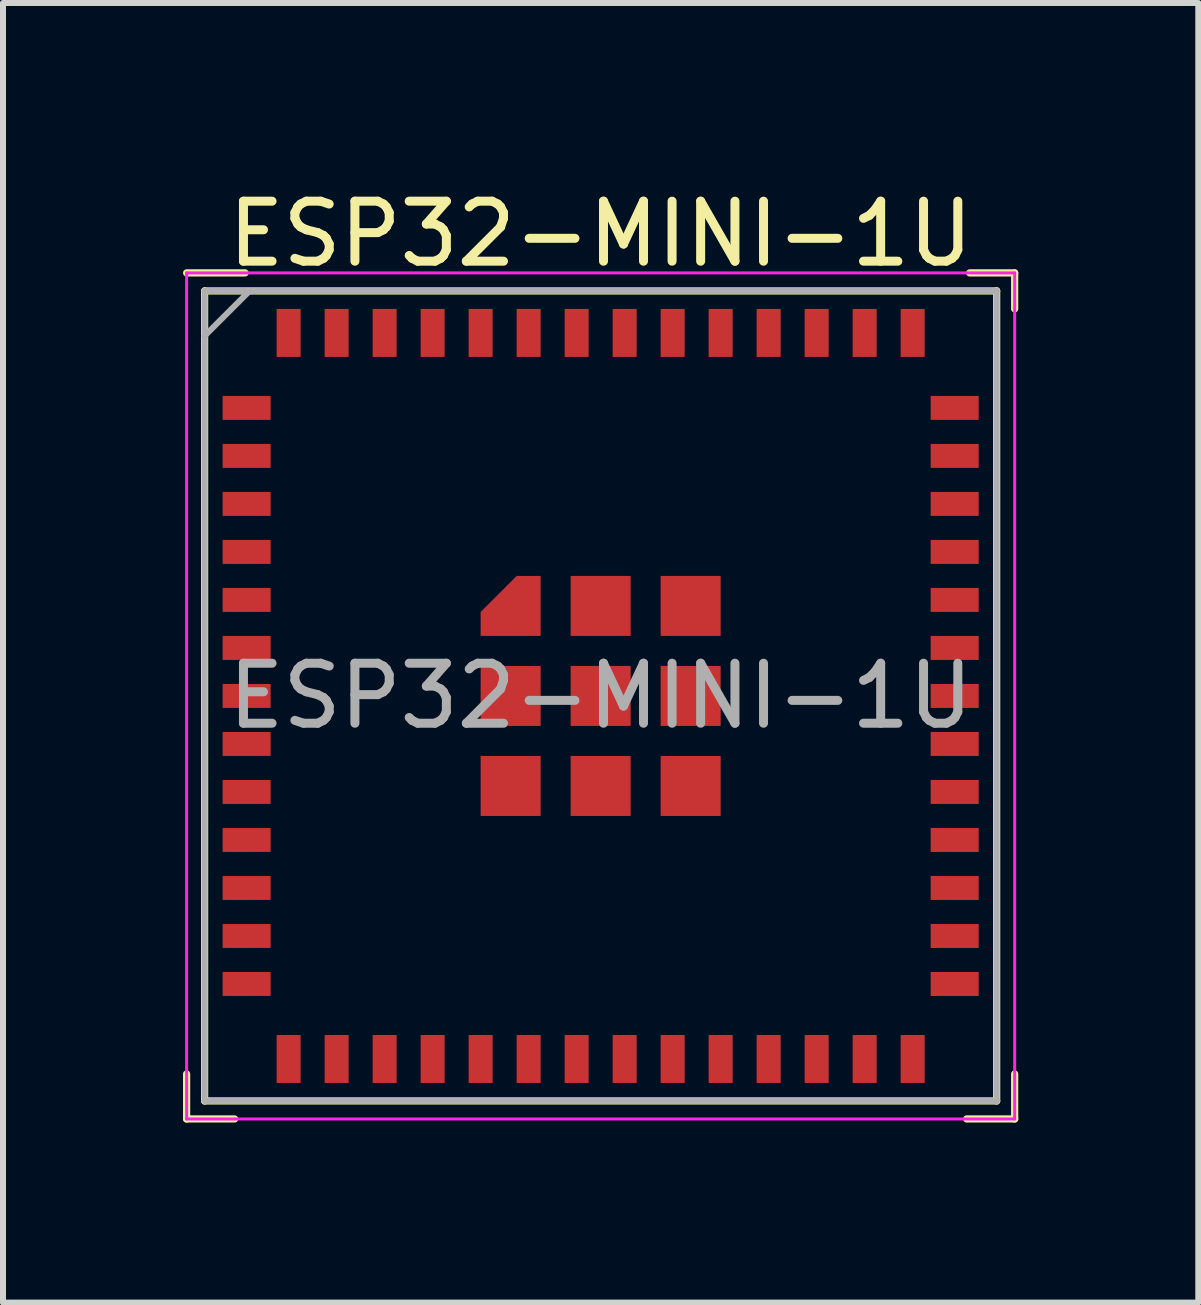
<source format=kicad_pcb>
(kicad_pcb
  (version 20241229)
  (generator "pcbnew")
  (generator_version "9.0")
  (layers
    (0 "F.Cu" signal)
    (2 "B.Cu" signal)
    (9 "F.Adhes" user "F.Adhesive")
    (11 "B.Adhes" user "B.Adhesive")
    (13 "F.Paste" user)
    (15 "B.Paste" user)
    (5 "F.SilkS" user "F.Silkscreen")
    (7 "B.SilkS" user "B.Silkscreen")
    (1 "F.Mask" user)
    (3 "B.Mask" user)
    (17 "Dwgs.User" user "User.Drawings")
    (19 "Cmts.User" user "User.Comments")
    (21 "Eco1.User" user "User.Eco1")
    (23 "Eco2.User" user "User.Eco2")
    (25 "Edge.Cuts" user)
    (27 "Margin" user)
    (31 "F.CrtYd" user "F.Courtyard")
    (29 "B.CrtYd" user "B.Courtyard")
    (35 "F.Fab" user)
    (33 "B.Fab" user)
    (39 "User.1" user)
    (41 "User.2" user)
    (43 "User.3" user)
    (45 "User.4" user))
  (footprint "ESP32-MINI-1U"
    (layer "F.Cu")
    (at 6.96 8.548)
    (property "Reference" "ESP32-MINI-1U" (at 0 -7.7 0) (layer "F.SilkS") (effects (font (size 1 1) (thickness 0.15))))
    (attr smd)
    (fp_line (start -6.9 6.3) (end -6.9 7.05) (stroke (width 0.12) (type solid)) (layer "F.SilkS"))
    (fp_line (start -6.9 7.05) (end -6.1 7.05) (stroke (width 0.12) (type solid)) (layer "F.SilkS"))
    (fp_line (start -6.6 -6.75) (end 6.6 -6.75) (stroke (width 0.12) (type solid)) (layer "F.SilkS"))
    (fp_line (start -6.6 6.75) (end -6.6 -6.75) (stroke (width 0.12) (type solid)) (layer "F.SilkS"))
    (fp_line (start -5.925 -7.05) (end -6.9 -7.05) (stroke (width 0.12) (type solid)) (layer "F.SilkS"))
    (fp_line (start 6.15 -7.05) (end 6.9 -7.05) (stroke (width 0.12) (type solid)) (layer "F.SilkS"))
    (fp_line (start 6.6 -6.75) (end 6.6 6.75) (stroke (width 0.12) (type solid)) (layer "F.SilkS"))
    (fp_line (start 6.6 6.75) (end -6.6 6.75) (stroke (width 0.12) (type solid)) (layer "F.SilkS"))
    (fp_line (start 6.9 -7.05) (end 6.9 -6.45) (stroke (width 0.12) (type solid)) (layer "F.SilkS"))
    (fp_line (start 6.9 6.3) (end 6.9 7.05) (stroke (width 0.12) (type solid)) (layer "F.SilkS"))
    (fp_line (start 6.9 7.05) (end 6.1 7.05) (stroke (width 0.12) (type solid)) (layer "F.SilkS"))
    (fp_line (start -6.9 -7.05) (end 6.9 -7.05) (stroke (width 0.05) (type solid)) (layer "F.CrtYd"))
    (fp_line (start -6.9 7.05) (end -6.9 -7.05) (stroke (width 0.05) (type solid)) (layer "F.CrtYd"))
    (fp_line (start 6.9 -7.05) (end 6.9 7.05) (stroke (width 0.05) (type solid)) (layer "F.CrtYd"))
    (fp_line (start 6.9 7.05) (end -6.9 7.05) (stroke (width 0.05) (type solid)) (layer "F.CrtYd"))
    (fp_line (start -6.6 -6.75) (end -6.6 6.75) (stroke (width 0.1) (type solid)) (layer "F.Fab"))
    (fp_line (start -6.6 6.75) (end 6.6 6.75) (stroke (width 0.1) (type solid)) (layer "F.Fab"))
    (fp_line (start -5.85 -6.75) (end -6.6 -6) (stroke (width 0.1) (type solid)) (layer "F.Fab"))
    (fp_line (start 6.6 -6.75) (end -6.6 -6.75) (stroke (width 0.1) (type solid)) (layer "F.Fab"))
    (fp_line (start 6.6 6.75) (end 6.6 -6.75) (stroke (width 0.1) (type solid)) (layer "F.Fab"))
    (fp_text user "${REFERENCE}" (at 0 0 0) (layer "F.Fab") (effects (font (size 1 1) (thickness 0.15))))
    (pad "1" smd rect (at -5.9 -4.8 90) (size 0.4 0.8) (layers "F.Cu" "F.Mask" "F.Paste"))
    (pad "2" smd rect (at -5.9 -4 90) (size 0.4 0.8) (layers "F.Cu" "F.Mask" "F.Paste"))
    (pad "3" smd rect (at -5.9 -3.2 90) (size 0.4 0.8) (layers "F.Cu" "F.Mask" "F.Paste"))
    (pad "4" smd rect (at -5.9 -2.4 90) (size 0.4 0.8) (layers "F.Cu" "F.Mask" "F.Paste"))
    (pad "5" smd rect (at -5.9 -1.6 90) (size 0.4 0.8) (layers "F.Cu" "F.Mask" "F.Paste"))
    (pad "6" smd rect (at -5.9 -0.8 90) (size 0.4 0.8) (layers "F.Cu" "F.Mask" "F.Paste"))
    (pad "7" smd rect (at -5.9 0 90) (size 0.4 0.8) (layers "F.Cu" "F.Mask" "F.Paste"))
    (pad "8" smd rect (at -5.9 0.8 90) (size 0.4 0.8) (layers "F.Cu" "F.Mask" "F.Paste"))
    (pad "9" smd rect (at -5.9 1.6 90) (size 0.4 0.8) (layers "F.Cu" "F.Mask" "F.Paste"))
    (pad "10" smd rect (at -5.9 2.4 90) (size 0.4 0.8) (layers "F.Cu" "F.Mask" "F.Paste"))
    (pad "11" smd rect (at -5.9 3.2 90) (size 0.4 0.8) (layers "F.Cu" "F.Mask" "F.Paste"))
    (pad "12" smd rect (at -5.9 4 90) (size 0.4 0.8) (layers "F.Cu" "F.Mask" "F.Paste"))
    (pad "13" smd rect (at -5.9 4.8 90) (size 0.4 0.8) (layers "F.Cu" "F.Mask" "F.Paste"))
    (pad "14" smd rect (at -5.2 6.05) (size 0.4 0.8) (layers "F.Cu" "F.Mask" "F.Paste"))
    (pad "15" smd rect (at -4.4 6.05) (size 0.4 0.8) (layers "F.Cu" "F.Mask" "F.Paste"))
    (pad "16" smd rect (at -3.6 6.05) (size 0.4 0.8) (layers "F.Cu" "F.Mask" "F.Paste"))
    (pad "17" smd rect (at -2.8 6.05) (size 0.4 0.8) (layers "F.Cu" "F.Mask" "F.Paste"))
    (pad "18" smd rect (at -2 6.05) (size 0.4 0.8) (layers "F.Cu" "F.Mask" "F.Paste"))
    (pad "19" smd rect (at -1.2 6.05) (size 0.4 0.8) (layers "F.Cu" "F.Mask" "F.Paste"))
    (pad "20" smd rect (at -0.4 6.05) (size 0.4 0.8) (layers "F.Cu" "F.Mask" "F.Paste"))
    (pad "21" smd rect (at 0.4 6.05) (size 0.4 0.8) (layers "F.Cu" "F.Mask" "F.Paste"))
    (pad "22" smd rect (at 1.2 6.05) (size 0.4 0.8) (layers "F.Cu" "F.Mask" "F.Paste"))
    (pad "23" smd rect (at 2 6.05) (size 0.4 0.8) (layers "F.Cu" "F.Mask" "F.Paste"))
    (pad "24" smd rect (at 2.8 6.05) (size 0.4 0.8) (layers "F.Cu" "F.Mask" "F.Paste"))
    (pad "25" smd rect (at 3.6 6.05) (size 0.4 0.8) (layers "F.Cu" "F.Mask" "F.Paste"))
    (pad "26" smd rect (at 4.4 6.05) (size 0.4 0.8) (layers "F.Cu" "F.Mask" "F.Paste"))
    (pad "27" smd rect (at 5.2 6.05) (size 0.4 0.8) (layers "F.Cu" "F.Mask" "F.Paste"))
    (pad "28" smd rect (at 5.9 4.8 90) (size 0.4 0.8) (layers "F.Cu" "F.Mask" "F.Paste"))
    (pad "29" smd rect (at 5.9 4 90) (size 0.4 0.8) (layers "F.Cu" "F.Mask" "F.Paste"))
    (pad "30" smd rect (at 5.9 3.2 90) (size 0.4 0.8) (layers "F.Cu" "F.Mask" "F.Paste"))
    (pad "31" smd rect (at 5.9 2.4 90) (size 0.4 0.8) (layers "F.Cu" "F.Mask" "F.Paste"))
    (pad "32" smd rect (at 5.9 1.6 90) (size 0.4 0.8) (layers "F.Cu" "F.Mask" "F.Paste"))
    (pad "33" smd rect (at 5.9 0.8 90) (size 0.4 0.8) (layers "F.Cu" "F.Mask" "F.Paste"))
    (pad "34" smd rect (at 5.9 0 90) (size 0.4 0.8) (layers "F.Cu" "F.Mask" "F.Paste"))
    (pad "35" smd rect (at 5.9 -0.8 90) (size 0.4 0.8) (layers "F.Cu" "F.Mask" "F.Paste"))
    (pad "36" smd rect (at 5.9 -1.6 90) (size 0.4 0.8) (layers "F.Cu" "F.Mask" "F.Paste"))
    (pad "37" smd rect (at 5.9 -2.4 90) (size 0.4 0.8) (layers "F.Cu" "F.Mask" "F.Paste"))
    (pad "38" smd rect (at 5.9 -3.2 90) (size 0.4 0.8) (layers "F.Cu" "F.Mask" "F.Paste"))
    (pad "39" smd rect (at 5.9 -4 90) (size 0.4 0.8) (layers "F.Cu" "F.Mask" "F.Paste"))
    (pad "40" smd rect (at 5.9 -4.8 90) (size 0.4 0.8) (layers "F.Cu" "F.Mask" "F.Paste"))
    (pad "41" smd rect (at 5.2 -6.05) (size 0.4 0.8) (layers "F.Cu" "F.Mask" "F.Paste"))
    (pad "42" smd rect (at 4.4 -6.05) (size 0.4 0.8) (layers "F.Cu" "F.Mask" "F.Paste"))
    (pad "43" smd rect (at 3.6 -6.05) (size 0.4 0.8) (layers "F.Cu" "F.Mask" "F.Paste"))
    (pad "44" smd rect (at 2.8 -6.05) (size 0.4 0.8) (layers "F.Cu" "F.Mask" "F.Paste"))
    (pad "45" smd rect (at 2 -6.05) (size 0.4 0.8) (layers "F.Cu" "F.Mask" "F.Paste"))
    (pad "46" smd rect (at 1.2 -6.05) (size 0.4 0.8) (layers "F.Cu" "F.Mask" "F.Paste"))
    (pad "47" smd rect (at 0.4 -6.05) (size 0.4 0.8) (layers "F.Cu" "F.Mask" "F.Paste"))
    (pad "48" smd rect (at -0.4 -6.05) (size 0.4 0.8) (layers "F.Cu" "F.Mask" "F.Paste"))
    (pad "49" smd rect (at -1.2 -6.05) (size 0.4 0.8) (layers "F.Cu" "F.Mask" "F.Paste"))
    (pad "50" smd rect (at -2 -6.05) (size 0.4 0.8) (layers "F.Cu" "F.Mask" "F.Paste"))
    (pad "51" smd rect (at -2.8 -6.05) (size 0.4 0.8) (layers "F.Cu" "F.Mask" "F.Paste"))
    (pad "52" smd rect (at -3.6 -6.05) (size 0.4 0.8) (layers "F.Cu" "F.Mask" "F.Paste"))
    (pad "53" smd rect (at -4.4 -6.05) (size 0.4 0.8) (layers "F.Cu" "F.Mask" "F.Paste"))
    (pad "54" smd rect (at -5.2 -6.05) (size 0.4 0.8) (layers "F.Cu" "F.Mask" "F.Paste"))
    (pad "55" smd custom (at -1.5 -1.5 90) (size 0.4 0.4) (layers "F.Cu" "F.Mask" "F.Paste") (options (anchor rect)) (primitives (gr_poly (pts (xy -0.5 0.5) (xy -0.5 -0.5) (xy -0.1 -0.5) (xy 0.5 0.1) (xy 0.5 0.5)) (width 0) (fill yes))))
    (pad "55" smd rect (at -1.5 0 90) (size 1 1) (layers "F.Cu" "F.Mask" "F.Paste"))
    (pad "55" smd rect (at -1.5 1.5 90) (size 1 1) (layers "F.Cu" "F.Mask" "F.Paste"))
    (pad "55" smd rect (at 0 -1.5 90) (size 1 1) (layers "F.Cu" "F.Mask" "F.Paste"))
    (pad "55" smd rect (at 0 0 90) (size 1 1) (layers "F.Cu" "F.Mask" "F.Paste"))
    (pad "55" smd rect (at 0 1.5 90) (size 1 1) (layers "F.Cu" "F.Mask" "F.Paste"))
    (pad "55" smd rect (at 1.5 -1.5 90) (size 1 1) (layers "F.Cu" "F.Mask" "F.Paste"))
    (pad "55" smd rect (at 1.5 0 90) (size 1 1) (layers "F.Cu" "F.Mask" "F.Paste"))
    (pad "55" smd rect (at 1.5 1.5 90) (size 1 1) (layers "F.Cu" "F.Mask" "F.Paste")))
  (gr_rect
    (start -3 -3)
    (end 16.92 18.658)
    (stroke (width 0.1) (type default))
    (fill no)
    (layer "Edge.Cuts")))
</source>
